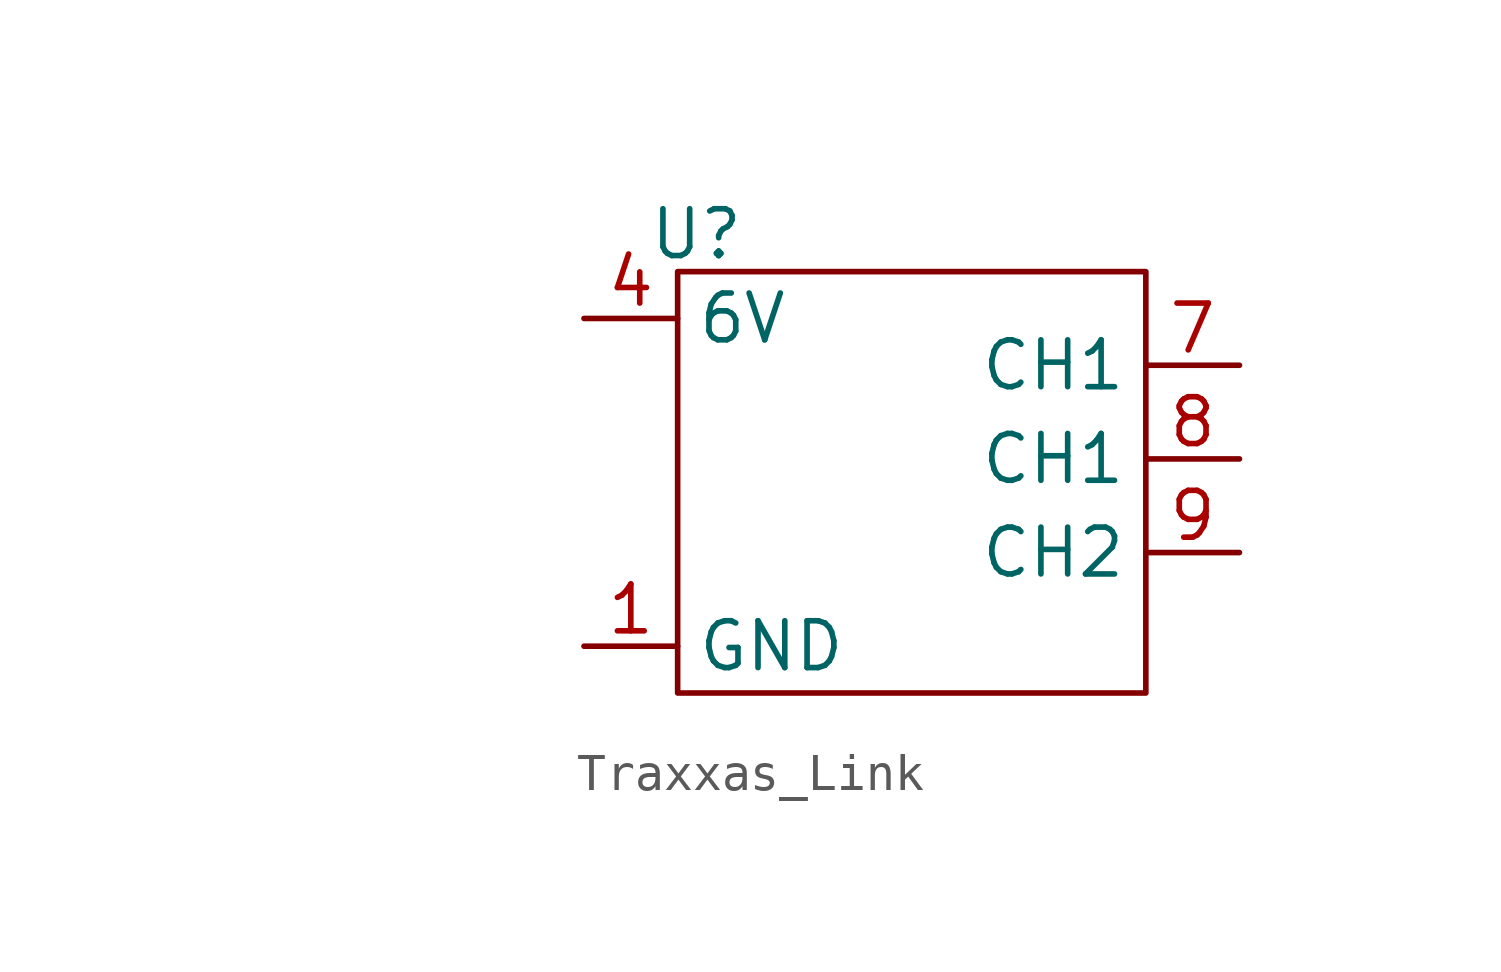
<source format=kicad_sym>
(kicad_symbol_lib
  (version 20231120)
  (generator "kicad_symbol_editor")
  (generator_version "8.0")
  (symbol "Traxxas_Link"
    (property "Reference" "U"
      (at 11.938 1.016 0)
      (effects (font (size 1.27 1.27))))
    (property "Value" ""
      (at 0 0 0)
      (effects (font (size 1.27 1.27))))
    (symbol "Traxxas_Link_0_0"
      (pin unspecified line (at 8.89 -10.16 0) (length 2.54) (name "GND" (effects (font (size 1.27 1.27)))) (number "1" (effects (font (size 1.27 1.27)))))
      (pin unspecified line (at 8.89 -1.27 0) (length 2.54) (name "6V" (effects (font (size 1.27 1.27)))) (number "4" (effects (font (size 1.27 1.27)))))
      (pin unspecified line (at 26.67 -2.54 180) (length 2.54) (name "CH1" (effects (font (size 1.27 1.27)))) (number "7" (effects (font (size 1.27 1.27)))))
      (pin unspecified line (at 26.67 -5.08 180) (length 2.54) (name "CH1" (effects (font (size 1.27 1.27)))) (number "8" (effects (font (size 1.27 1.27)))))
      (pin unspecified line (at 26.67 -7.62 180) (length 2.54) (name "CH2" (effects (font (size 1.27 1.27)))) (number "9" (effects (font (size 1.27 1.27))))))
    (symbol "Traxxas_Link_0_1"
      (rectangle (start 11.43 0) (end 24.13 -11.43) (stroke (width 0) (type default)) (fill (type none))))
    (symbol "Traxxas_Link_1_0"
      (pin unspecified line (at 8.89 -10.16 0) (length 2.54) hide (name "GND" (effects (font (size 1.27 1.27)))) (number "2" (effects (font (size 1.27 1.27)))))
      (pin unspecified line (at 8.89 -10.16 0) (length 2.54) hide (name "GND" (effects (font (size 1.27 1.27)))) (number "3" (effects (font (size 1.27 1.27)))))
      (pin unspecified line (at 8.89 -1.27 0) (length 2.54) hide (name "6V" (effects (font (size 1.27 1.27)))) (number "5" (effects (font (size 1.27 1.27)))))
      (pin unspecified line (at 8.89 -1.27 0) (length 2.54) hide (name "6V" (effects (font (size 1.27 1.27)))) (number "6" (effects (font (size 1.27 1.27))))))))
</source>
